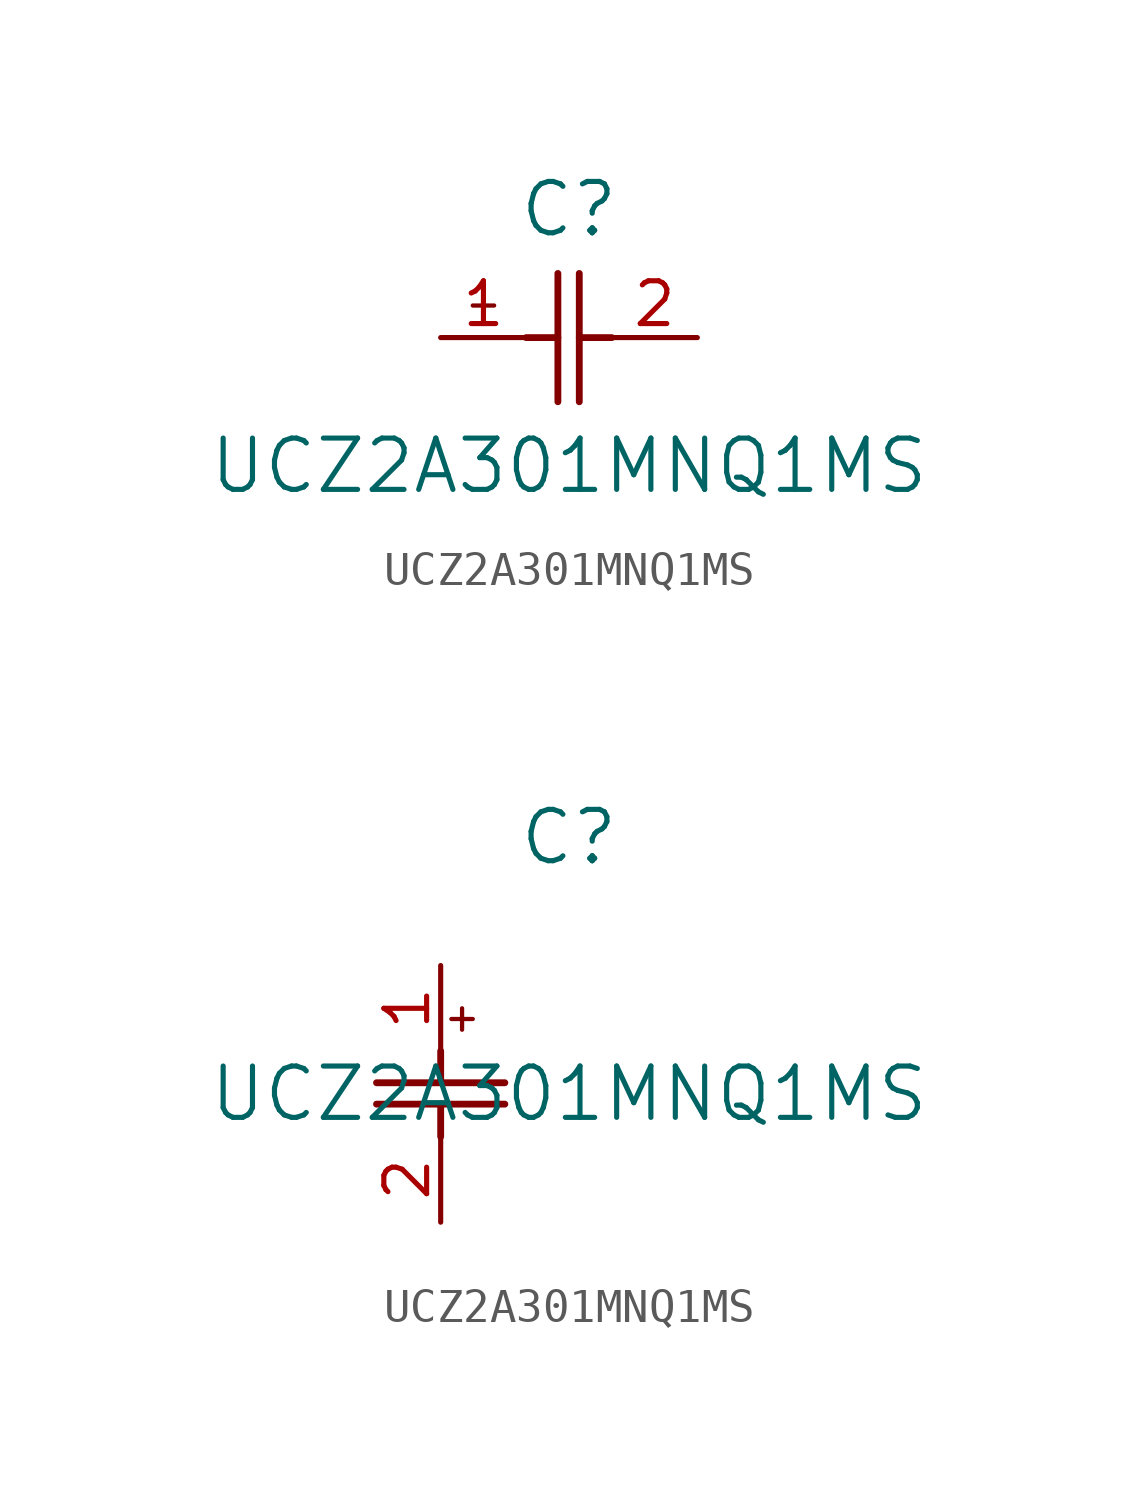
<source format=kicad_sym>
(kicad_symbol_lib
  (version 20211014)
  (generator kicad_symbol_editor)
  (symbol "UCZ2A301MNQ1MS"
    (pin_names
      (offset 0.254))
    (property "Reference" "C"
      (at 3.81 3.81 0)
      (effects (font (size 1.524 1.524))))
    (property "Value" "UCZ2A301MNQ1MS"
      (at 3.81 -3.81 0)
      (effects (font (size 1.524 1.524))))
    (symbol "UCZ2A301MNQ1MS_1_1"
      (polyline (pts (xy 3.48 -1.905) (xy 3.48 1.905)) (stroke (width 0.203) (type default) (color 0 0 0 0)) (fill (type none)))
      (polyline (pts (xy 4.115 -1.905) (xy 4.115 1.905)) (stroke (width 0.203) (type default) (color 0 0 0 0)) (fill (type none)))
      (polyline (pts (xy 4.115 0) (xy 5.08 0)) (stroke (width 0.203) (type default) (color 0 0 0 0)) (fill (type none)))
      (polyline (pts (xy 2.54 0) (xy 3.48 0)) (stroke (width 0.203) (type default) (color 0 0 0 0)) (fill (type none)))
      (polyline (pts (xy 1.27 1.27) (xy 1.27 0.635)) (stroke (width 0.127) (type default) (color 0 0 0 0)) (fill (type none)))
      (polyline (pts (xy 0.953 0.953) (xy 1.587 0.953)) (stroke (width 0.127) (type default) (color 0 0 0 0)) (fill (type none)))
      (pin unspecified line (at 0 0 0) (length 2.54) (name "" (effects (font (size 1.27 1.27)))) (number "1" (effects (font (size 1.27 1.27)))))
      (pin unspecified line (at 7.62 0 180) (length 2.54) (name "" (effects (font (size 1.27 1.27)))) (number "2" (effects (font (size 1.27 1.27))))))
    (symbol "UCZ2A301MNQ1MS_1_2"
      (polyline (pts (xy -1.905 -3.48) (xy 1.905 -3.48)) (stroke (width 0.203) (type default) (color 0 0 0 0)) (fill (type none)))
      (polyline (pts (xy -1.905 -4.115) (xy 1.905 -4.115)) (stroke (width 0.203) (type default) (color 0 0 0 0)) (fill (type none)))
      (polyline (pts (xy 0 -4.115) (xy 0 -5.08)) (stroke (width 0.203) (type default) (color 0 0 0 0)) (fill (type none)))
      (polyline (pts (xy 0 -2.54) (xy 0 -3.48)) (stroke (width 0.203) (type default) (color 0 0 0 0)) (fill (type none)))
      (polyline (pts (xy 0.635 -1.27) (xy 0.635 -1.905)) (stroke (width 0.127) (type default) (color 0 0 0 0)) (fill (type none)))
      (polyline (pts (xy 0.318 -1.587) (xy 0.953 -1.587)) (stroke (width 0.127) (type default) (color 0 0 0 0)) (fill (type none)))
      (pin unspecified line (at 0 0 270) (length 2.54) (name "" (effects (font (size 1.27 1.27)))) (number "1" (effects (font (size 1.27 1.27)))))
      (pin unspecified line (at 0 -7.62 90) (length 2.54) (name "" (effects (font (size 1.27 1.27)))) (number "2" (effects (font (size 1.27 1.27))))))))
</source>
